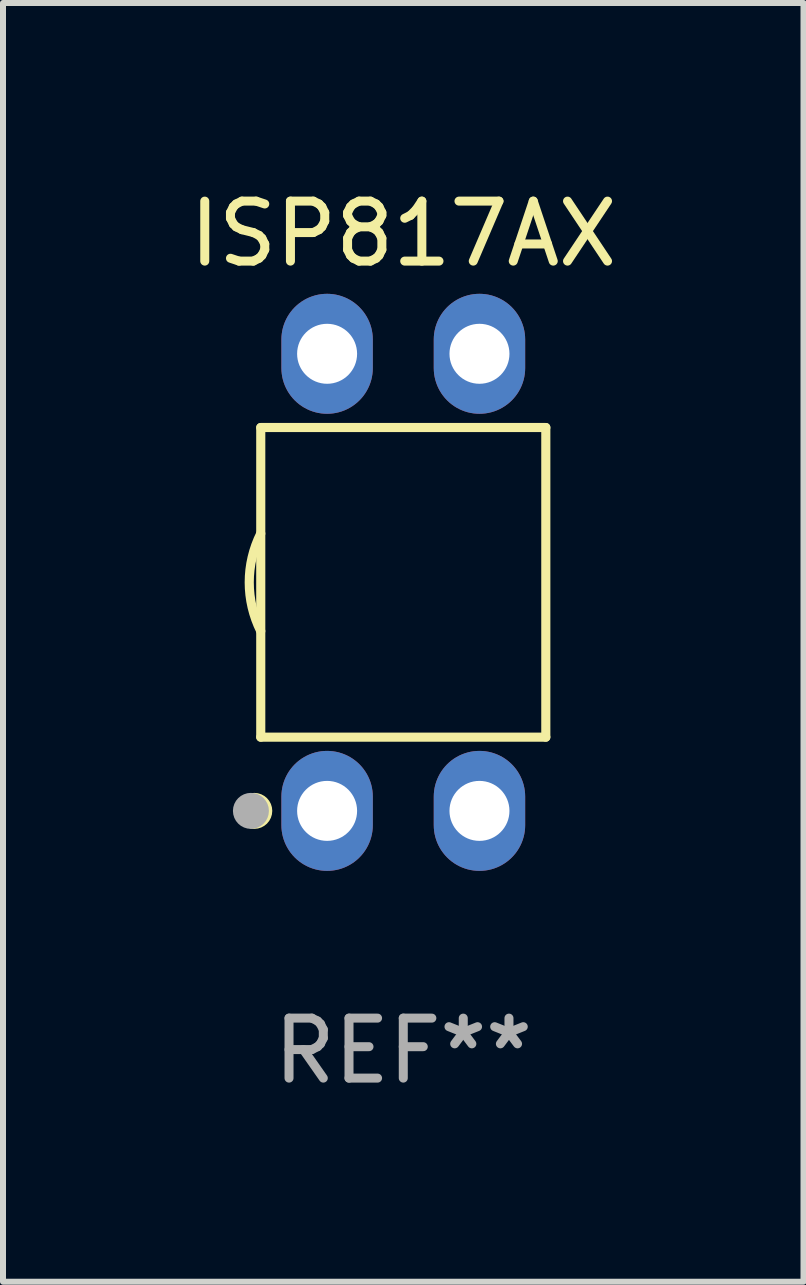
<source format=kicad_pcb>
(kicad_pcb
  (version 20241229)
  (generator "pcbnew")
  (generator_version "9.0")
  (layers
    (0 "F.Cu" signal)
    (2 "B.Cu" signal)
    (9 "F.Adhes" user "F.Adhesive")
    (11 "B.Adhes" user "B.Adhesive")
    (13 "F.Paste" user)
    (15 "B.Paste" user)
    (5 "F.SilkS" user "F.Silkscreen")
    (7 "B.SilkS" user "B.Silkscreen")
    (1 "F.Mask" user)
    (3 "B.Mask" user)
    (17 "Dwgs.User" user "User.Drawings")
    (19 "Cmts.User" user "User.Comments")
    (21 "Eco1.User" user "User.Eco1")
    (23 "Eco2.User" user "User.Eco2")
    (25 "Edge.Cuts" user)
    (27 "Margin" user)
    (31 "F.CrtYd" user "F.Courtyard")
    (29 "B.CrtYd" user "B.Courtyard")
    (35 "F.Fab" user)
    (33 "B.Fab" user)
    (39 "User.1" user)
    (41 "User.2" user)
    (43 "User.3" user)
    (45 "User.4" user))
  (footprint "ISP817AX"
    (layer "F.Cu")
    (at 3.673 6.658)
    (property "Reference" "ISP817AX" (at 0 -5.81 0) (layer "F.SilkS") (effects (font (size 1 1) (thickness 0.15))))
    (attr through_hole)
    (fp_line (start -2.376 -2.581) (end 2.376 -2.581) (stroke (width 0.152) (type solid)) (layer "F.SilkS"))
    (fp_line (start -2.376 2.581) (end -2.376 -2.581) (stroke (width 0.152) (type solid)) (layer "F.SilkS"))
    (fp_line (start 2.376 -2.581) (end 2.376 2.581) (stroke (width 0.152) (type solid)) (layer "F.SilkS"))
    (fp_line (start 2.376 2.581) (end -2.376 2.581) (stroke (width 0.152) (type solid)) (layer "F.SilkS"))
    (fp_arc (start -2.3762 0.812496) (mid -2.568004 0) (end -2.3762 -0.812497) (stroke (width 0.1524) (type solid)) (layer "F.SilkS"))
    (fp_circle (center -2.484 3.81) (end -2.334 3.81) (stroke (width 0.3) (type solid)) (fill no) (layer "F.SilkS"))
    (fp_circle (center -2.3 3.935) (end -2.27 3.935) (stroke (width 0.06) (type solid)) (fill no) (layer "F.SilkS"))
    (fp_circle (center -2.54 3.81) (end -2.39 3.81) (stroke (width 0.3) (type solid)) (fill no) (layer "F.Fab"))
    (fp_text user "REF**" (at 0 7.81 0) (layer "F.Fab") (effects (font (size 1 1) (thickness 0.15))))
    (pad "1" thru_hole oval (at -1.27 3.81) (size 1.524 2) (drill 1) (layers "*.Cu" "*.Mask"))
    (pad "2" thru_hole oval (at 1.27 3.81) (size 1.524 2) (drill 1) (layers "*.Cu" "*.Mask"))
    (pad "3" thru_hole oval (at 1.27 -3.81) (size 1.524 2) (drill 1) (layers "*.Cu" "*.Mask"))
    (pad "4" thru_hole oval (at -1.27 -3.81) (size 1.524 2) (drill 1) (layers "*.Cu" "*.Mask")))
  (gr_rect
    (start -3 -3)
    (end 10.345 18.317)
    (stroke (width 0.1) (type default))
    (fill no)
    (layer "Edge.Cuts")))
</source>
